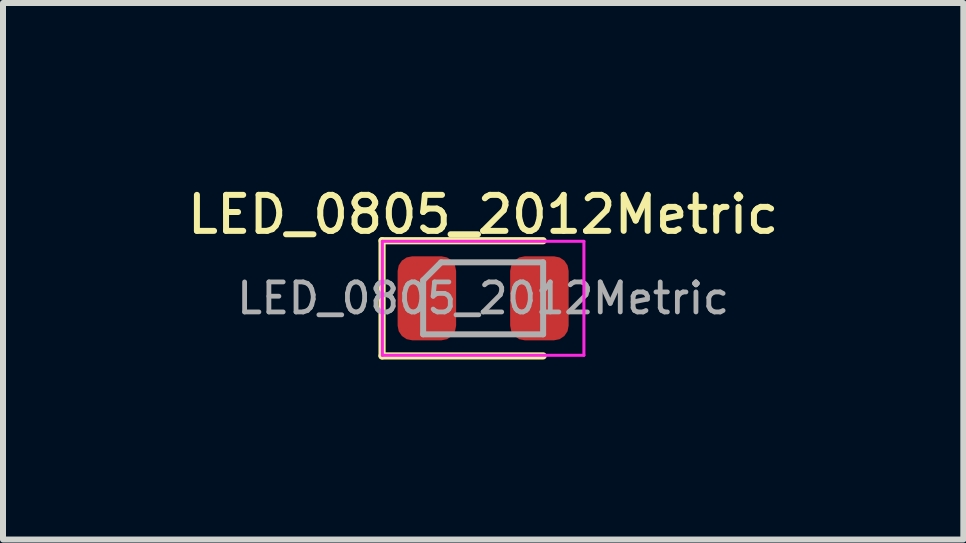
<source format=kicad_pcb>
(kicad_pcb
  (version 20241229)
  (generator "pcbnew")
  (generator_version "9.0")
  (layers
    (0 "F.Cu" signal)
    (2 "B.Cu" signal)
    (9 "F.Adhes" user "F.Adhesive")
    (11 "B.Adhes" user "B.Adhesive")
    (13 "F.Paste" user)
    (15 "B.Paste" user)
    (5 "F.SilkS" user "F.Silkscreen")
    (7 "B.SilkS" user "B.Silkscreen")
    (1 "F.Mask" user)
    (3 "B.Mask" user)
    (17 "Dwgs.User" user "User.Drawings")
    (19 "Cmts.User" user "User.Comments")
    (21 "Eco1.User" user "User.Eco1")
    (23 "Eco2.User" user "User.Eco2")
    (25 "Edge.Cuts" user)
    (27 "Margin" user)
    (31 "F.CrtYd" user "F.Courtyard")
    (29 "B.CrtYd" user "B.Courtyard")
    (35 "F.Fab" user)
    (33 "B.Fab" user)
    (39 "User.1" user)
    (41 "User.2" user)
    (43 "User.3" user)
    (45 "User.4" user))
  (footprint "LED_0805_2012Metric"
    (layer "F.Cu")
    (at 5.004 1.923)
    (property "Reference" "LED_0805_2012Metric" (at 0 -1.397 0) (layer "F.SilkS") (effects (font (size 0.6 0.6) (thickness 0.1))))
    (attr smd)
    (fp_line (start -1.685 -0.96) (end -1.685 0.96) (stroke (width 0.12) (type solid)) (layer "F.SilkS"))
    (fp_line (start -1.685 0.96) (end 1 0.96) (stroke (width 0.12) (type solid)) (layer "F.SilkS"))
    (fp_line (start 1 -0.96) (end -1.685 -0.96) (stroke (width 0.12) (type solid)) (layer "F.SilkS"))
    (fp_line (start -1.68 -0.95) (end 1.68 -0.95) (stroke (width 0.05) (type solid)) (layer "F.CrtYd"))
    (fp_line (start -1.68 0.95) (end -1.68 -0.95) (stroke (width 0.05) (type solid)) (layer "F.CrtYd"))
    (fp_line (start 1.68 -0.95) (end 1.68 0.95) (stroke (width 0.05) (type solid)) (layer "F.CrtYd"))
    (fp_line (start 1.68 0.95) (end -1.68 0.95) (stroke (width 0.05) (type solid)) (layer "F.CrtYd"))
    (fp_line (start -1 -0.3) (end -1 0.6) (stroke (width 0.1) (type solid)) (layer "F.Fab"))
    (fp_line (start -1 0.6) (end 1 0.6) (stroke (width 0.1) (type solid)) (layer "F.Fab"))
    (fp_line (start -0.7 -0.6) (end -1 -0.3) (stroke (width 0.1) (type solid)) (layer "F.Fab"))
    (fp_line (start 1 -0.6) (end -0.7 -0.6) (stroke (width 0.1) (type solid)) (layer "F.Fab"))
    (fp_line (start 1 0.6) (end 1 -0.6) (stroke (width 0.1) (type solid)) (layer "F.Fab"))
    (fp_text user "${REFERENCE}" (at 0 0 0) (layer "F.Fab") (effects (font (size 0.5 0.5) (thickness 0.08))))
    (pad "1" smd roundrect (at -0.938 0) (size 0.975 1.4) (layers "F.Cu" "F.Mask" "F.Paste") (roundrect_rratio 0.25))
    (pad "2" smd roundrect (at 0.938 0) (size 0.975 1.4) (layers "F.Cu" "F.Mask" "F.Paste") (roundrect_rratio 0.25)))
  (gr_rect
    (start -3 -3)
    (end 13.009 5.944)
    (stroke (width 0.1) (type default))
    (fill no)
    (layer "Edge.Cuts")))
</source>
